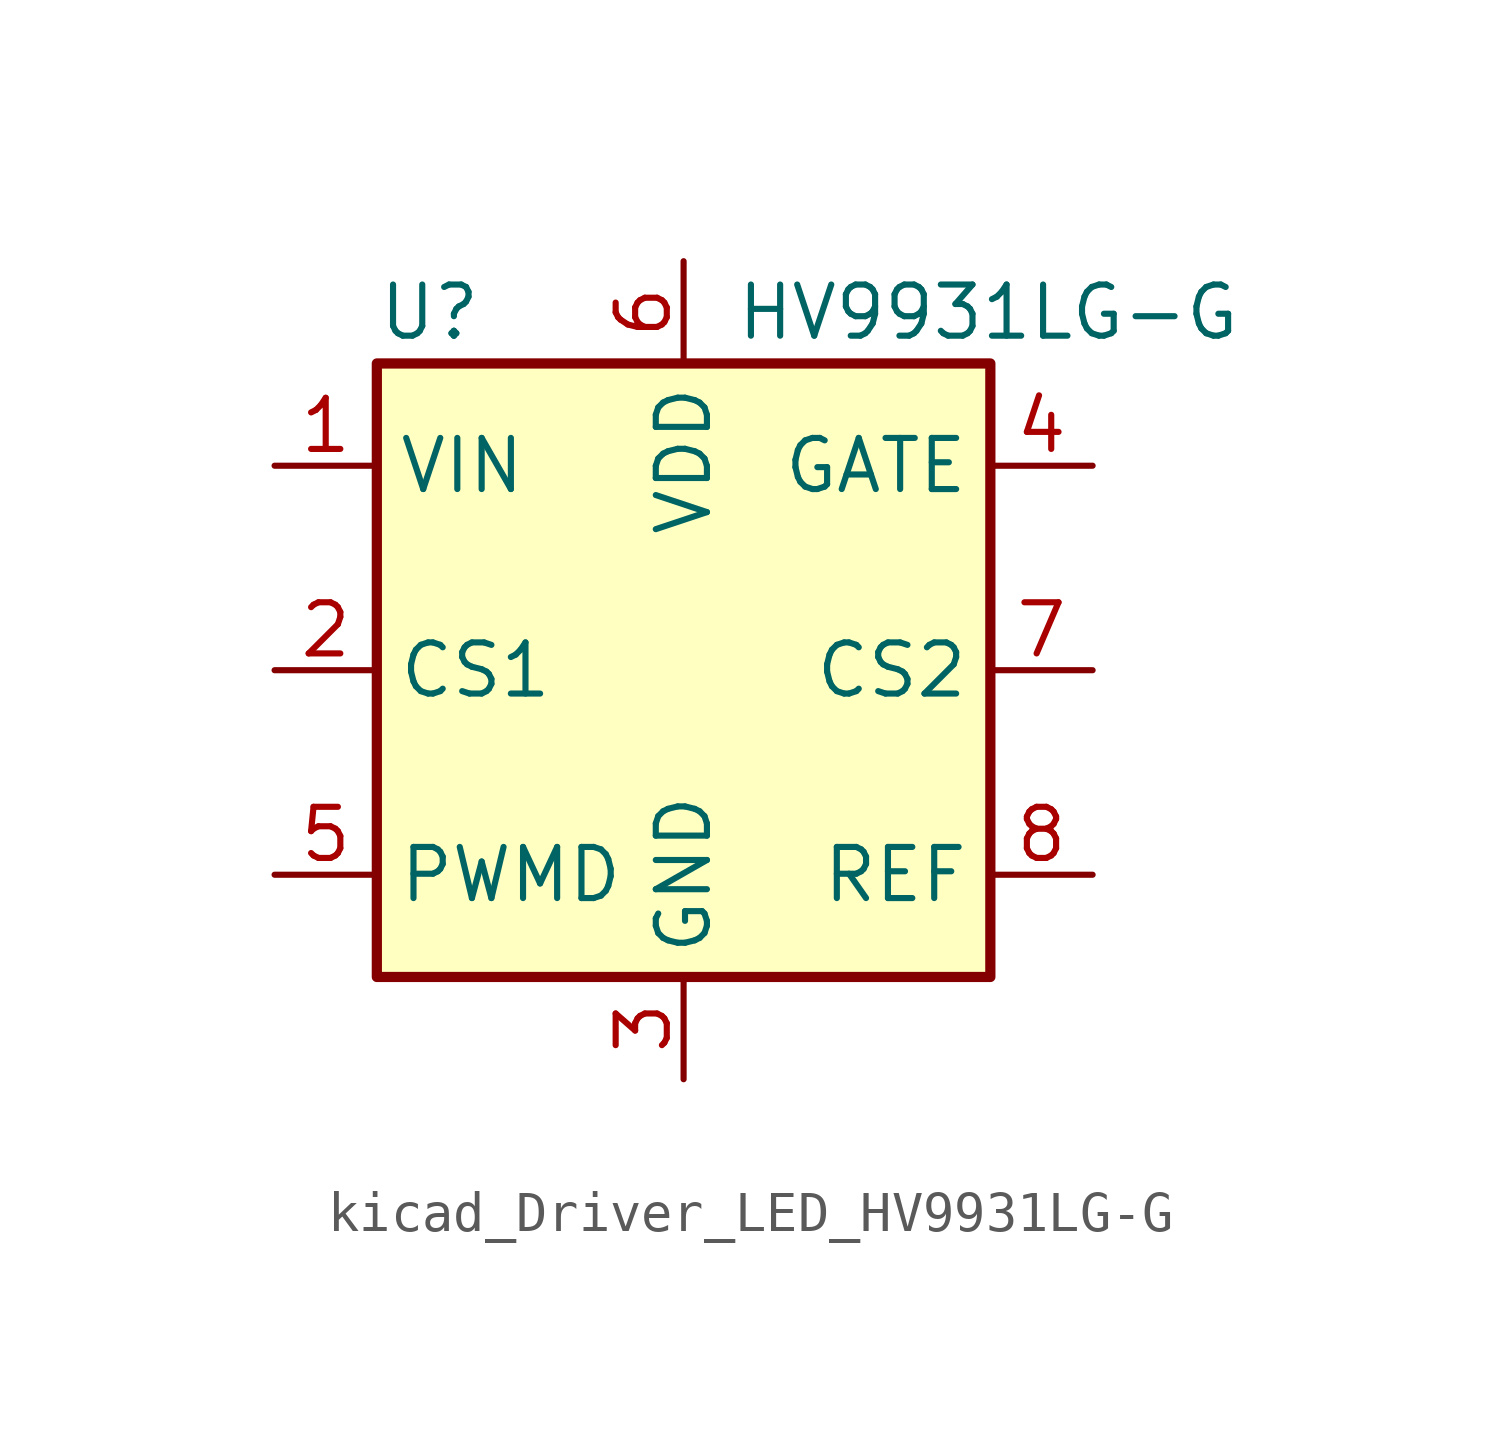
<source format=kicad_sym>
(kicad_symbol_lib
  (version 20220914)
  (generator kicad_symbol_editor)
  (symbol "kicad_Driver_LED_HV9931LG-G"
    (property "Reference" "U"
      (at -7.62 8.89 0)
      (effects (font (size 1.27 1.27)) (justify left)))
    (property "Value" "HV9931LG-G"
      (at 1.27 8.89 0)
      (effects (font (size 1.27 1.27)) (justify left)))
    (symbol "kicad_Driver_LED_HV9931LG-G_0_1"
      (rectangle (start -7.62 7.62) (end 7.62 -7.62) (stroke (width 0.254) (type default)) (fill (type background))))
    (symbol "kicad_Driver_LED_HV9931LG-G_1_1"
      (pin power_in line (at -10.16 5.08 0) (length 2.54) (name "VIN" (effects (font (size 1.27 1.27)))) (number "1" (effects (font (size 1.27 1.27)))))
      (pin input line (at -10.16 0 0) (length 2.54) (name "CS1" (effects (font (size 1.27 1.27)))) (number "2" (effects (font (size 1.27 1.27)))))
      (pin power_in line (at 0 -10.16 90) (length 2.54) (name "GND" (effects (font (size 1.27 1.27)))) (number "3" (effects (font (size 1.27 1.27)))))
      (pin output line (at 10.16 5.08 180) (length 2.54) (name "GATE" (effects (font (size 1.27 1.27)))) (number "4" (effects (font (size 1.27 1.27)))))
      (pin output line (at -10.16 -5.08 0) (length 2.54) (name "PWMD" (effects (font (size 1.27 1.27)))) (number "5" (effects (font (size 1.27 1.27)))))
      (pin power_out line (at 0 10.16 270) (length 2.54) (name "VDD" (effects (font (size 1.27 1.27)))) (number "6" (effects (font (size 1.27 1.27)))))
      (pin input line (at 10.16 0 180) (length 2.54) (name "CS2" (effects (font (size 1.27 1.27)))) (number "7" (effects (font (size 1.27 1.27)))))
      (pin input line (at 10.16 -5.08 180) (length 2.54) (name "REF" (effects (font (size 1.27 1.27)))) (number "8" (effects (font (size 1.27 1.27))))))))
</source>
